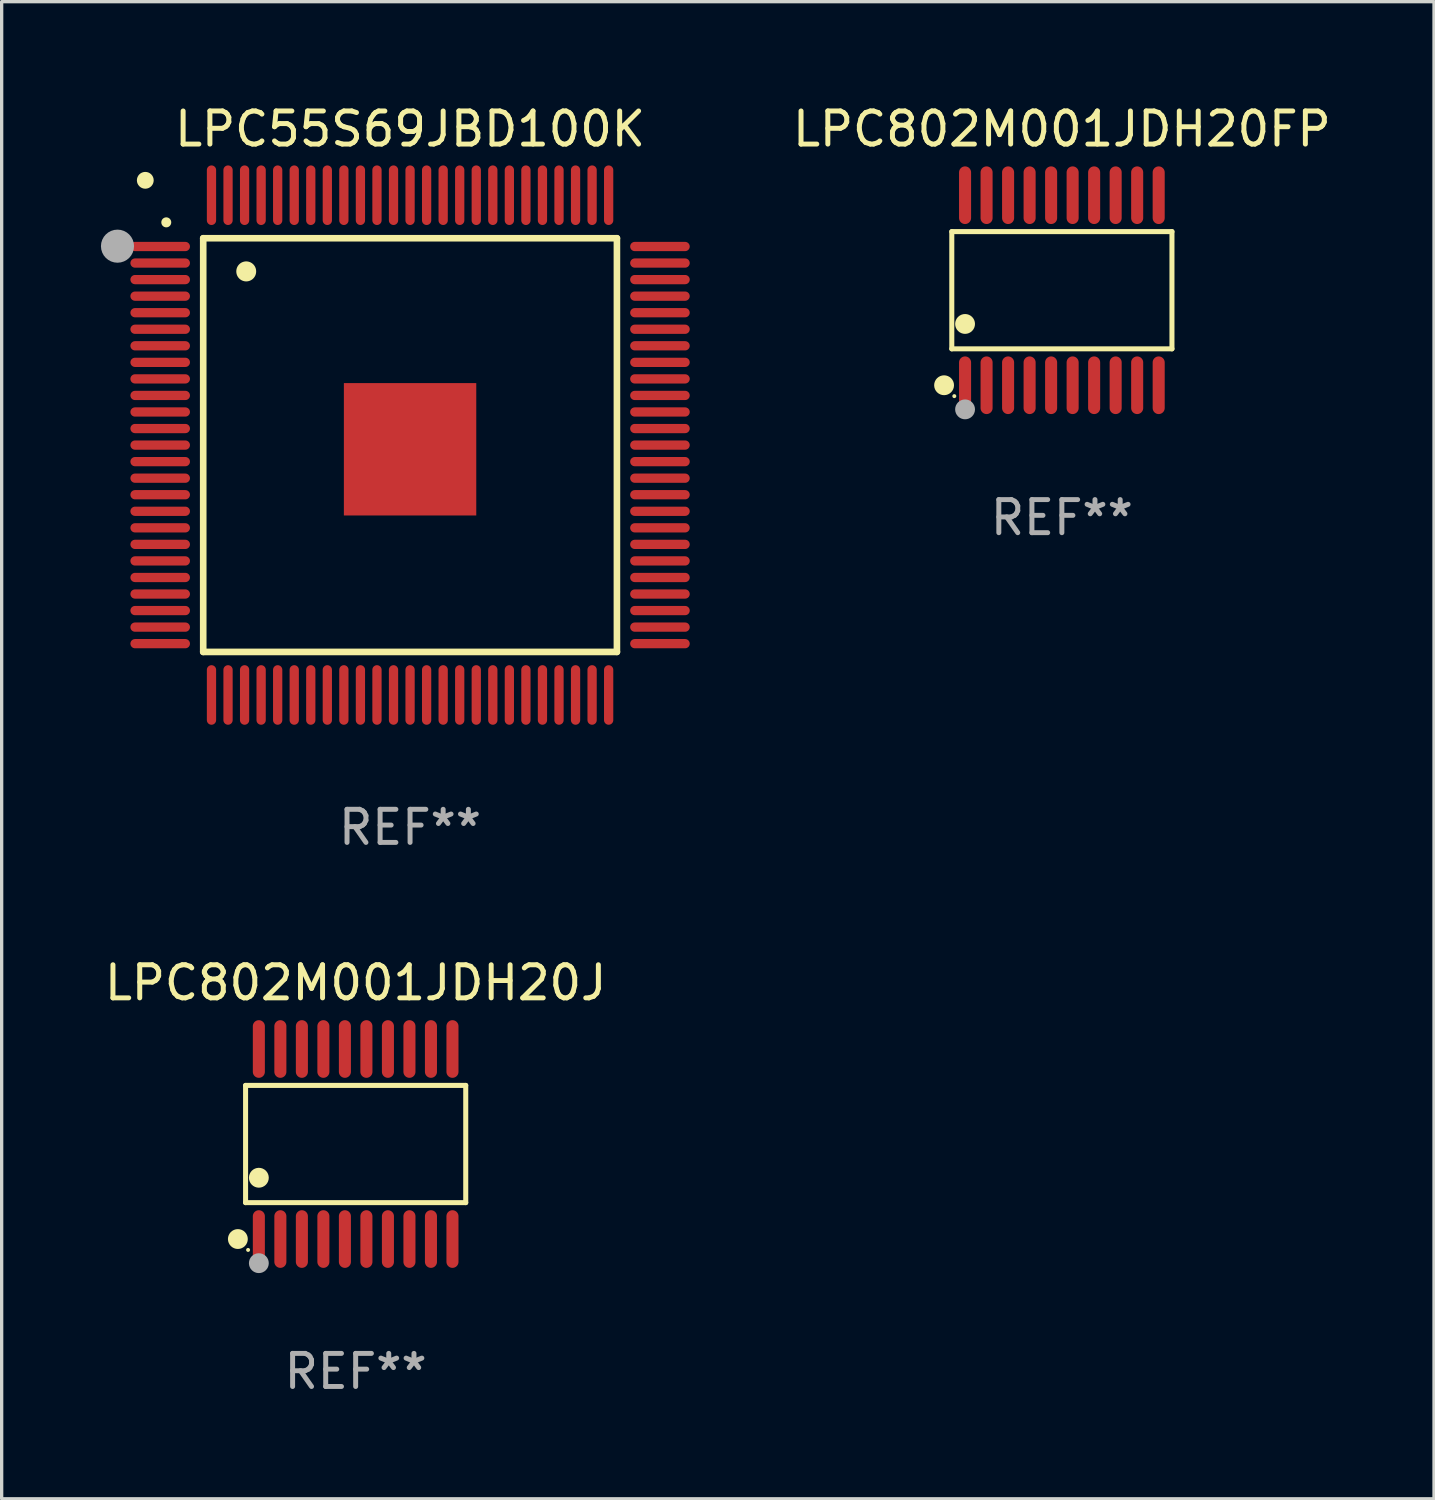
<source format=kicad_pcb>
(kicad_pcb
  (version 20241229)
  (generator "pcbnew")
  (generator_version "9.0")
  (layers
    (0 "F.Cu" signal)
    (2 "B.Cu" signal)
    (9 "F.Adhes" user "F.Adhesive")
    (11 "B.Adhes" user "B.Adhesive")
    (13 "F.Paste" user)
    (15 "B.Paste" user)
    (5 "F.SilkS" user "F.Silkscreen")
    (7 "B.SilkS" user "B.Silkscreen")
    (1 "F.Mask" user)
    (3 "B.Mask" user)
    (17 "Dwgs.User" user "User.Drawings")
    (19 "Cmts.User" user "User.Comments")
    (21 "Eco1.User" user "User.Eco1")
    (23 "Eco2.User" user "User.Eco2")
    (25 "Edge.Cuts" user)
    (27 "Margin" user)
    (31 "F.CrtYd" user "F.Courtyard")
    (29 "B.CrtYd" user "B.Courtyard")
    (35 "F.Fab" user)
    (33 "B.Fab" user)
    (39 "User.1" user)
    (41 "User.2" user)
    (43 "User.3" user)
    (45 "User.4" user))
  (footprint "LPC55S69JBD100K"
    (layer "F.Cu")
    (at 9.34 10.398)
    (property "Reference" "LPC55S69JBD100K" (at 0 -9.55 0) (layer "F.SilkS") (effects (font (size 1 1) (thickness 0.15))))
    (attr through_hole)
    (fp_line (start -6.25 -6.25) (end -6.25 6.25) (stroke (width 0.2) (type solid)) (layer "F.SilkS"))
    (fp_line (start -6.25 6.25) (end 6.25 6.25) (stroke (width 0.2) (type solid)) (layer "F.SilkS"))
    (fp_line (start 6.25 -6.25) (end -6.25 -6.25) (stroke (width 0.2) (type solid)) (layer "F.SilkS"))
    (fp_line (start 6.25 6.25) (end 6.25 -6.25) (stroke (width 0.2) (type solid)) (layer "F.SilkS"))
    (fp_arc (start -7.366015 -6.728473) (mid -7.36602 -6.729743) (end -7.366015 -6.731013) (stroke (width 0.3) (type solid)) (layer "F.SilkS"))
    (fp_arc (start -4.95047 -5.245111) (mid -4.950481 -5.247651) (end -4.95047 -5.250191) (stroke (width 0.6) (type solid)) (layer "F.SilkS"))
    (fp_circle (center -8 -8) (end -7.873 -8) (stroke (width 0.254) (type solid)) (fill no) (layer "F.SilkS"))
    (fp_circle (center -8.84 -6.01) (end -8.59 -6.01) (stroke (width 0.5) (type solid)) (fill no) (layer "F.Fab"))
    (fp_text user "REF**" (at 0 11.55 0) (layer "F.Fab") (effects (font (size 1 1) (thickness 0.15))))
    (pad "1" smd oval (at -7.55 -6 90) (size 0.28 1.8) (layers "F.Cu" "F.Mask" "F.Paste"))
    (pad "2" smd oval (at -7.55 -5.5 90) (size 0.28 1.8) (layers "F.Cu" "F.Mask" "F.Paste"))
    (pad "3" smd oval (at -7.55 -5 90) (size 0.28 1.8) (layers "F.Cu" "F.Mask" "F.Paste"))
    (pad "4" smd oval (at -7.55 -4.5 90) (size 0.28 1.8) (layers "F.Cu" "F.Mask" "F.Paste"))
    (pad "5" smd oval (at -7.55 -4 90) (size 0.28 1.8) (layers "F.Cu" "F.Mask" "F.Paste"))
    (pad "6" smd oval (at -7.55 -3.5 90) (size 0.28 1.8) (layers "F.Cu" "F.Mask" "F.Paste"))
    (pad "7" smd oval (at -7.55 -3 90) (size 0.28 1.8) (layers "F.Cu" "F.Mask" "F.Paste"))
    (pad "8" smd oval (at -7.55 -2.5 90) (size 0.28 1.8) (layers "F.Cu" "F.Mask" "F.Paste"))
    (pad "9" smd oval (at -7.55 -2 90) (size 0.28 1.8) (layers "F.Cu" "F.Mask" "F.Paste"))
    (pad "10" smd oval (at -7.55 -1.5 90) (size 0.28 1.8) (layers "F.Cu" "F.Mask" "F.Paste"))
    (pad "11" smd oval (at -7.55 -1 90) (size 0.28 1.8) (layers "F.Cu" "F.Mask" "F.Paste"))
    (pad "12" smd oval (at -7.55 -0.5 90) (size 0.28 1.8) (layers "F.Cu" "F.Mask" "F.Paste"))
    (pad "13" smd oval (at -7.55 0 90) (size 0.28 1.8) (layers "F.Cu" "F.Mask" "F.Paste"))
    (pad "14" smd oval (at -7.55 0.5 90) (size 0.28 1.8) (layers "F.Cu" "F.Mask" "F.Paste"))
    (pad "15" smd oval (at -7.55 1 90) (size 0.28 1.8) (layers "F.Cu" "F.Mask" "F.Paste"))
    (pad "16" smd oval (at -7.55 1.5 90) (size 0.28 1.8) (layers "F.Cu" "F.Mask" "F.Paste"))
    (pad "17" smd oval (at -7.55 2 90) (size 0.28 1.8) (layers "F.Cu" "F.Mask" "F.Paste"))
    (pad "18" smd oval (at -7.55 2.5 90) (size 0.28 1.8) (layers "F.Cu" "F.Mask" "F.Paste"))
    (pad "19" smd oval (at -7.55 3 90) (size 0.28 1.8) (layers "F.Cu" "F.Mask" "F.Paste"))
    (pad "20" smd oval (at -7.55 3.5 90) (size 0.28 1.8) (layers "F.Cu" "F.Mask" "F.Paste"))
    (pad "21" smd oval (at -7.55 4 90) (size 0.28 1.8) (layers "F.Cu" "F.Mask" "F.Paste"))
    (pad "22" smd oval (at -7.55 4.5 90) (size 0.28 1.8) (layers "F.Cu" "F.Mask" "F.Paste"))
    (pad "23" smd oval (at -7.55 5 90) (size 0.28 1.8) (layers "F.Cu" "F.Mask" "F.Paste"))
    (pad "24" smd oval (at -7.55 5.5 90) (size 0.28 1.8) (layers "F.Cu" "F.Mask" "F.Paste"))
    (pad "25" smd oval (at -7.55 6 90) (size 0.28 1.8) (layers "F.Cu" "F.Mask" "F.Paste"))
    (pad "26" smd oval (at -6 7.55) (size 0.28 1.8) (layers "F.Cu" "F.Mask" "F.Paste"))
    (pad "27" smd oval (at -5.5 7.55) (size 0.28 1.8) (layers "F.Cu" "F.Mask" "F.Paste"))
    (pad "28" smd oval (at -5 7.55) (size 0.28 1.8) (layers "F.Cu" "F.Mask" "F.Paste"))
    (pad "29" smd oval (at -4.5 7.55) (size 0.28 1.8) (layers "F.Cu" "F.Mask" "F.Paste"))
    (pad "30" smd oval (at -4 7.55) (size 0.28 1.8) (layers "F.Cu" "F.Mask" "F.Paste"))
    (pad "31" smd oval (at -3.5 7.55) (size 0.28 1.8) (layers "F.Cu" "F.Mask" "F.Paste"))
    (pad "32" smd oval (at -3 7.55) (size 0.28 1.8) (layers "F.Cu" "F.Mask" "F.Paste"))
    (pad "33" smd oval (at -2.5 7.55) (size 0.28 1.8) (layers "F.Cu" "F.Mask" "F.Paste"))
    (pad "34" smd oval (at -2 7.55) (size 0.28 1.8) (layers "F.Cu" "F.Mask" "F.Paste"))
    (pad "35" smd oval (at -1.5 7.55) (size 0.28 1.8) (layers "F.Cu" "F.Mask" "F.Paste"))
    (pad "36" smd oval (at -1 7.55) (size 0.28 1.8) (layers "F.Cu" "F.Mask" "F.Paste"))
    (pad "37" smd oval (at -0.5 7.55) (size 0.28 1.8) (layers "F.Cu" "F.Mask" "F.Paste"))
    (pad "38" smd oval (at 0 7.55) (size 0.28 1.8) (layers "F.Cu" "F.Mask" "F.Paste"))
    (pad "39" smd oval (at 0.5 7.55) (size 0.28 1.8) (layers "F.Cu" "F.Mask" "F.Paste"))
    (pad "40" smd oval (at 1 7.55) (size 0.28 1.8) (layers "F.Cu" "F.Mask" "F.Paste"))
    (pad "41" smd oval (at 1.5 7.55) (size 0.28 1.8) (layers "F.Cu" "F.Mask" "F.Paste"))
    (pad "42" smd oval (at 2 7.55) (size 0.28 1.8) (layers "F.Cu" "F.Mask" "F.Paste"))
    (pad "43" smd oval (at 2.5 7.55) (size 0.28 1.8) (layers "F.Cu" "F.Mask" "F.Paste"))
    (pad "44" smd oval (at 3 7.55) (size 0.28 1.8) (layers "F.Cu" "F.Mask" "F.Paste"))
    (pad "45" smd oval (at 3.5 7.55) (size 0.28 1.8) (layers "F.Cu" "F.Mask" "F.Paste"))
    (pad "46" smd oval (at 4 7.55) (size 0.28 1.8) (layers "F.Cu" "F.Mask" "F.Paste"))
    (pad "47" smd oval (at 4.5 7.55) (size 0.28 1.8) (layers "F.Cu" "F.Mask" "F.Paste"))
    (pad "48" smd oval (at 5 7.55) (size 0.28 1.8) (layers "F.Cu" "F.Mask" "F.Paste"))
    (pad "49" smd oval (at 5.5 7.55) (size 0.28 1.8) (layers "F.Cu" "F.Mask" "F.Paste"))
    (pad "50" smd oval (at 6 7.55) (size 0.28 1.8) (layers "F.Cu" "F.Mask" "F.Paste"))
    (pad "51" smd oval (at 7.55 6 90) (size 0.28 1.8) (layers "F.Cu" "F.Mask" "F.Paste"))
    (pad "52" smd oval (at 7.55 5.5 90) (size 0.28 1.8) (layers "F.Cu" "F.Mask" "F.Paste"))
    (pad "53" smd oval (at 7.55 5 90) (size 0.28 1.8) (layers "F.Cu" "F.Mask" "F.Paste"))
    (pad "54" smd oval (at 7.55 4.5 90) (size 0.28 1.8) (layers "F.Cu" "F.Mask" "F.Paste"))
    (pad "55" smd oval (at 7.55 4 90) (size 0.28 1.8) (layers "F.Cu" "F.Mask" "F.Paste"))
    (pad "56" smd oval (at 7.55 3.5 90) (size 0.28 1.8) (layers "F.Cu" "F.Mask" "F.Paste"))
    (pad "57" smd oval (at 7.55 3 90) (size 0.28 1.8) (layers "F.Cu" "F.Mask" "F.Paste"))
    (pad "58" smd oval (at 7.55 2.5 90) (size 0.28 1.8) (layers "F.Cu" "F.Mask" "F.Paste"))
    (pad "59" smd oval (at 7.55 2 90) (size 0.28 1.8) (layers "F.Cu" "F.Mask" "F.Paste"))
    (pad "60" smd oval (at 7.55 1.5 90) (size 0.28 1.8) (layers "F.Cu" "F.Mask" "F.Paste"))
    (pad "61" smd oval (at 7.55 1 90) (size 0.28 1.8) (layers "F.Cu" "F.Mask" "F.Paste"))
    (pad "62" smd oval (at 7.55 0.5 90) (size 0.28 1.8) (layers "F.Cu" "F.Mask" "F.Paste"))
    (pad "63" smd oval (at 7.55 0 90) (size 0.28 1.8) (layers "F.Cu" "F.Mask" "F.Paste"))
    (pad "64" smd oval (at 7.55 -0.5 90) (size 0.28 1.8) (layers "F.Cu" "F.Mask" "F.Paste"))
    (pad "65" smd oval (at 7.55 -1 90) (size 0.28 1.8) (layers "F.Cu" "F.Mask" "F.Paste"))
    (pad "66" smd oval (at 7.55 -1.5 90) (size 0.28 1.8) (layers "F.Cu" "F.Mask" "F.Paste"))
    (pad "67" smd oval (at 7.55 -2 90) (size 0.28 1.8) (layers "F.Cu" "F.Mask" "F.Paste"))
    (pad "68" smd oval (at 7.55 -2.5 90) (size 0.28 1.8) (layers "F.Cu" "F.Mask" "F.Paste"))
    (pad "69" smd oval (at 7.55 -3 90) (size 0.28 1.8) (layers "F.Cu" "F.Mask" "F.Paste"))
    (pad "70" smd oval (at 7.55 -3.5 90) (size 0.28 1.8) (layers "F.Cu" "F.Mask" "F.Paste"))
    (pad "71" smd oval (at 7.55 -4 90) (size 0.28 1.8) (layers "F.Cu" "F.Mask" "F.Paste"))
    (pad "72" smd oval (at 7.55 -4.5 90) (size 0.28 1.8) (layers "F.Cu" "F.Mask" "F.Paste"))
    (pad "73" smd oval (at 7.55 -5 90) (size 0.28 1.8) (layers "F.Cu" "F.Mask" "F.Paste"))
    (pad "74" smd oval (at 7.55 -5.5 90) (size 0.28 1.8) (layers "F.Cu" "F.Mask" "F.Paste"))
    (pad "75" smd oval (at 7.55 -6 90) (size 0.28 1.8) (layers "F.Cu" "F.Mask" "F.Paste"))
    (pad "76" smd oval (at 6 -7.55) (size 0.28 1.8) (layers "F.Cu" "F.Mask" "F.Paste"))
    (pad "77" smd oval (at 5.5 -7.55) (size 0.28 1.8) (layers "F.Cu" "F.Mask" "F.Paste"))
    (pad "78" smd oval (at 5 -7.55) (size 0.28 1.8) (layers "F.Cu" "F.Mask" "F.Paste"))
    (pad "79" smd oval (at 4.5 -7.55) (size 0.28 1.8) (layers "F.Cu" "F.Mask" "F.Paste"))
    (pad "80" smd oval (at 4 -7.55) (size 0.28 1.8) (layers "F.Cu" "F.Mask" "F.Paste"))
    (pad "81" smd oval (at 3.5 -7.55) (size 0.28 1.8) (layers "F.Cu" "F.Mask" "F.Paste"))
    (pad "82" smd oval (at 3 -7.55) (size 0.28 1.8) (layers "F.Cu" "F.Mask" "F.Paste"))
    (pad "83" smd oval (at 2.5 -7.55) (size 0.28 1.8) (layers "F.Cu" "F.Mask" "F.Paste"))
    (pad "84" smd oval (at 2 -7.55) (size 0.28 1.8) (layers "F.Cu" "F.Mask" "F.Paste"))
    (pad "85" smd oval (at 1.5 -7.55) (size 0.28 1.8) (layers "F.Cu" "F.Mask" "F.Paste"))
    (pad "86" smd oval (at 1 -7.55) (size 0.28 1.8) (layers "F.Cu" "F.Mask" "F.Paste"))
    (pad "87" smd oval (at 0.5 -7.55) (size 0.28 1.8) (layers "F.Cu" "F.Mask" "F.Paste"))
    (pad "88" smd oval (at 0 -7.55) (size 0.28 1.8) (layers "F.Cu" "F.Mask" "F.Paste"))
    (pad "89" smd oval (at -0.5 -7.55) (size 0.28 1.8) (layers "F.Cu" "F.Mask" "F.Paste"))
    (pad "90" smd oval (at -1 -7.55) (size 0.28 1.8) (layers "F.Cu" "F.Mask" "F.Paste"))
    (pad "91" smd oval (at -1.5 -7.55) (size 0.28 1.8) (layers "F.Cu" "F.Mask" "F.Paste"))
    (pad "92" smd oval (at -2 -7.55) (size 0.28 1.8) (layers "F.Cu" "F.Mask" "F.Paste"))
    (pad "93" smd oval (at -2.5 -7.55) (size 0.28 1.8) (layers "F.Cu" "F.Mask" "F.Paste"))
    (pad "94" smd oval (at -3 -7.55) (size 0.28 1.8) (layers "F.Cu" "F.Mask" "F.Paste"))
    (pad "95" smd oval (at -3.5 -7.55) (size 0.28 1.8) (layers "F.Cu" "F.Mask" "F.Paste"))
    (pad "96" smd oval (at -4 -7.55) (size 0.28 1.8) (layers "F.Cu" "F.Mask" "F.Paste"))
    (pad "97" smd oval (at -4.5 -7.55) (size 0.28 1.8) (layers "F.Cu" "F.Mask" "F.Paste"))
    (pad "98" smd oval (at -5 -7.55) (size 0.28 1.8) (layers "F.Cu" "F.Mask" "F.Paste"))
    (pad "99" smd oval (at -5.5 -7.55) (size 0.28 1.8) (layers "F.Cu" "F.Mask" "F.Paste"))
    (pad "100" smd oval (at -6 -7.55) (size 0.28 1.8) (layers "F.Cu" "F.Mask" "F.Paste"))
    (pad "101" smd rect (at 0 0.127) (size 4 4) (layers "F.Cu" "F.Mask" "F.Paste")))
  (footprint "LPC802M001JDH20FP"
    (layer "F.Cu")
    (at 29.034 5.719)
    (property "Reference" "LPC802M001JDH20FP" (at 0 -4.871 0) (layer "F.SilkS") (effects (font (size 1 1) (thickness 0.15))))
    (attr through_hole)
    (fp_line (start -3.326 -1.771) (end 3.326 -1.771) (stroke (width 0.152) (type solid)) (layer "F.SilkS"))
    (fp_line (start -3.326 1.771) (end -3.326 -1.771) (stroke (width 0.152) (type solid)) (layer "F.SilkS"))
    (fp_line (start 3.326 -1.771) (end 3.326 1.771) (stroke (width 0.152) (type solid)) (layer "F.SilkS"))
    (fp_line (start 3.326 1.771) (end -3.326 1.771) (stroke (width 0.152) (type solid)) (layer "F.SilkS"))
    (fp_circle (center -3.559 2.871) (end -3.409 2.871) (stroke (width 0.3) (type solid)) (fill no) (layer "F.SilkS"))
    (fp_circle (center -3.25 3.2) (end -3.22 3.2) (stroke (width 0.06) (type solid)) (fill no) (layer "F.SilkS"))
    (fp_circle (center -2.925 1.019) (end -2.775 1.019) (stroke (width 0.3) (type solid)) (fill no) (layer "F.SilkS"))
    (fp_circle (center -2.925 3.6) (end -2.775 3.6) (stroke (width 0.3) (type solid)) (fill no) (layer "F.Fab"))
    (fp_text user "REF**" (at 0 6.871 0) (layer "F.Fab") (effects (font (size 1 1) (thickness 0.15))))
    (pad "1" smd oval (at -2.925 2.871) (size 0.364 1.742) (layers "F.Cu" "F.Mask" "F.Paste"))
    (pad "2" smd oval (at -2.275 2.871) (size 0.364 1.742) (layers "F.Cu" "F.Mask" "F.Paste"))
    (pad "3" smd oval (at -1.625 2.871) (size 0.364 1.742) (layers "F.Cu" "F.Mask" "F.Paste"))
    (pad "4" smd oval (at -0.975 2.871) (size 0.364 1.742) (layers "F.Cu" "F.Mask" "F.Paste"))
    (pad "5" smd oval (at -0.325 2.871) (size 0.364 1.742) (layers "F.Cu" "F.Mask" "F.Paste"))
    (pad "6" smd oval (at 0.325 2.871) (size 0.364 1.742) (layers "F.Cu" "F.Mask" "F.Paste"))
    (pad "7" smd oval (at 0.975 2.871) (size 0.364 1.742) (layers "F.Cu" "F.Mask" "F.Paste"))
    (pad "8" smd oval (at 1.625 2.871) (size 0.364 1.742) (layers "F.Cu" "F.Mask" "F.Paste"))
    (pad "9" smd oval (at 2.275 2.871) (size 0.364 1.742) (layers "F.Cu" "F.Mask" "F.Paste"))
    (pad "10" smd oval (at 2.925 2.871) (size 0.364 1.742) (layers "F.Cu" "F.Mask" "F.Paste"))
    (pad "11" smd oval (at 2.925 -2.871) (size 0.364 1.742) (layers "F.Cu" "F.Mask" "F.Paste"))
    (pad "12" smd oval (at 2.275 -2.871) (size 0.364 1.742) (layers "F.Cu" "F.Mask" "F.Paste"))
    (pad "13" smd oval (at 1.625 -2.871) (size 0.364 1.742) (layers "F.Cu" "F.Mask" "F.Paste"))
    (pad "14" smd oval (at 0.975 -2.871) (size 0.364 1.742) (layers "F.Cu" "F.Mask" "F.Paste"))
    (pad "15" smd oval (at 0.325 -2.871) (size 0.364 1.742) (layers "F.Cu" "F.Mask" "F.Paste"))
    (pad "16" smd oval (at -0.325 -2.871) (size 0.364 1.742) (layers "F.Cu" "F.Mask" "F.Paste"))
    (pad "17" smd oval (at -0.975 -2.871) (size 0.364 1.742) (layers "F.Cu" "F.Mask" "F.Paste"))
    (pad "18" smd oval (at -1.625 -2.871) (size 0.364 1.742) (layers "F.Cu" "F.Mask" "F.Paste"))
    (pad "19" smd oval (at -2.275 -2.871) (size 0.364 1.742) (layers "F.Cu" "F.Mask" "F.Paste"))
    (pad "20" smd oval (at -2.925 -2.871) (size 0.364 1.742) (layers "F.Cu" "F.Mask" "F.Paste")))
  (footprint "LPC802M001JDH20J"
    (layer "F.Cu")
    (at 7.696 31.516)
    (property "Reference" "LPC802M001JDH20J" (at 0 -4.871 0) (layer "F.SilkS") (effects (font (size 1 1) (thickness 0.15))))
    (attr through_hole)
    (fp_line (start -3.326 -1.771) (end 3.326 -1.771) (stroke (width 0.152) (type solid)) (layer "F.SilkS"))
    (fp_line (start -3.326 1.771) (end -3.326 -1.771) (stroke (width 0.152) (type solid)) (layer "F.SilkS"))
    (fp_line (start 3.326 -1.771) (end 3.326 1.771) (stroke (width 0.152) (type solid)) (layer "F.SilkS"))
    (fp_line (start 3.326 1.771) (end -3.326 1.771) (stroke (width 0.152) (type solid)) (layer "F.SilkS"))
    (fp_circle (center -3.559 2.871) (end -3.409 2.871) (stroke (width 0.3) (type solid)) (fill no) (layer "F.SilkS"))
    (fp_circle (center -3.25 3.2) (end -3.22 3.2) (stroke (width 0.06) (type solid)) (fill no) (layer "F.SilkS"))
    (fp_circle (center -2.925 1.019) (end -2.775 1.019) (stroke (width 0.3) (type solid)) (fill no) (layer "F.SilkS"))
    (fp_circle (center -2.925 3.6) (end -2.775 3.6) (stroke (width 0.3) (type solid)) (fill no) (layer "F.Fab"))
    (fp_text user "REF**" (at 0 6.871 0) (layer "F.Fab") (effects (font (size 1 1) (thickness 0.15))))
    (pad "1" smd oval (at -2.925 2.871) (size 0.364 1.742) (layers "F.Cu" "F.Mask" "F.Paste"))
    (pad "2" smd oval (at -2.275 2.871) (size 0.364 1.742) (layers "F.Cu" "F.Mask" "F.Paste"))
    (pad "3" smd oval (at -1.625 2.871) (size 0.364 1.742) (layers "F.Cu" "F.Mask" "F.Paste"))
    (pad "4" smd oval (at -0.975 2.871) (size 0.364 1.742) (layers "F.Cu" "F.Mask" "F.Paste"))
    (pad "5" smd oval (at -0.325 2.871) (size 0.364 1.742) (layers "F.Cu" "F.Mask" "F.Paste"))
    (pad "6" smd oval (at 0.325 2.871) (size 0.364 1.742) (layers "F.Cu" "F.Mask" "F.Paste"))
    (pad "7" smd oval (at 0.975 2.871) (size 0.364 1.742) (layers "F.Cu" "F.Mask" "F.Paste"))
    (pad "8" smd oval (at 1.625 2.871) (size 0.364 1.742) (layers "F.Cu" "F.Mask" "F.Paste"))
    (pad "9" smd oval (at 2.275 2.871) (size 0.364 1.742) (layers "F.Cu" "F.Mask" "F.Paste"))
    (pad "10" smd oval (at 2.925 2.871) (size 0.364 1.742) (layers "F.Cu" "F.Mask" "F.Paste"))
    (pad "11" smd oval (at 2.925 -2.871) (size 0.364 1.742) (layers "F.Cu" "F.Mask" "F.Paste"))
    (pad "12" smd oval (at 2.275 -2.871) (size 0.364 1.742) (layers "F.Cu" "F.Mask" "F.Paste"))
    (pad "13" smd oval (at 1.625 -2.871) (size 0.364 1.742) (layers "F.Cu" "F.Mask" "F.Paste"))
    (pad "14" smd oval (at 0.975 -2.871) (size 0.364 1.742) (layers "F.Cu" "F.Mask" "F.Paste"))
    (pad "15" smd oval (at 0.325 -2.871) (size 0.364 1.742) (layers "F.Cu" "F.Mask" "F.Paste"))
    (pad "16" smd oval (at -0.325 -2.871) (size 0.364 1.742) (layers "F.Cu" "F.Mask" "F.Paste"))
    (pad "17" smd oval (at -0.975 -2.871) (size 0.364 1.742) (layers "F.Cu" "F.Mask" "F.Paste"))
    (pad "18" smd oval (at -1.625 -2.871) (size 0.364 1.742) (layers "F.Cu" "F.Mask" "F.Paste"))
    (pad "19" smd oval (at -2.275 -2.871) (size 0.364 1.742) (layers "F.Cu" "F.Mask" "F.Paste"))
    (pad "20" smd oval (at -2.925 -2.871) (size 0.364 1.742) (layers "F.Cu" "F.Mask" "F.Paste")))
  (gr_rect
    (start -3 -3)
    (end 40.278 42.235)
    (stroke (width 0.1) (type default))
    (fill no)
    (layer "Edge.Cuts")))
</source>
